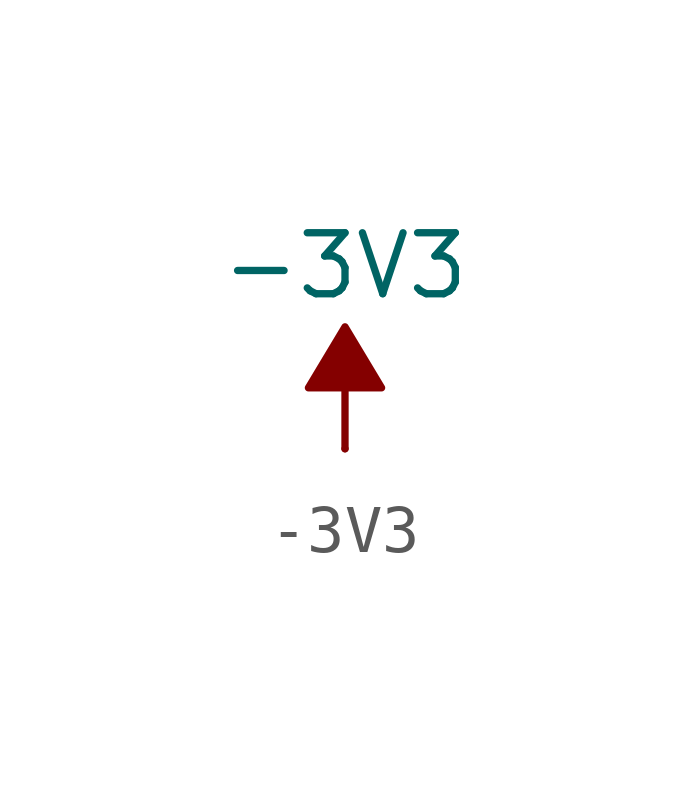
<source format=kicad_sym>
(kicad_symbol_lib
  (version 20231120)
  (generator "kicad_symbol_editor")
  (generator_version "8.0")
  (symbol "-3V3"
    (power)
    (pin_numbers hide)
    (pin_names
      (offset 0) hide)
    (property "Reference" "#PWR"
      (at 0 2.54 0)
      (effects (font (size 1.27 1.27)) (hide yes)))
    (property "Value" "-3V3"
      (at 0 3.81 0)
      (effects (font (size 1.27 1.27))))
    (symbol "-3V3_0_0"
      (pin power_in line (at 0 0 90) (length 0) (name "~" (effects (font (size 1.27 1.27)))) (number "1" (effects (font (size 1.27 1.27))))))
    (symbol "-3V3_0_1"
      (polyline (pts (xy 0 0) (xy 0 1.27) (xy 0.762 1.27) (xy 0 2.54) (xy -0.762 1.27) (xy 0 1.27)) (stroke (width 0) (type default)) (fill (type outline))))))
</source>
